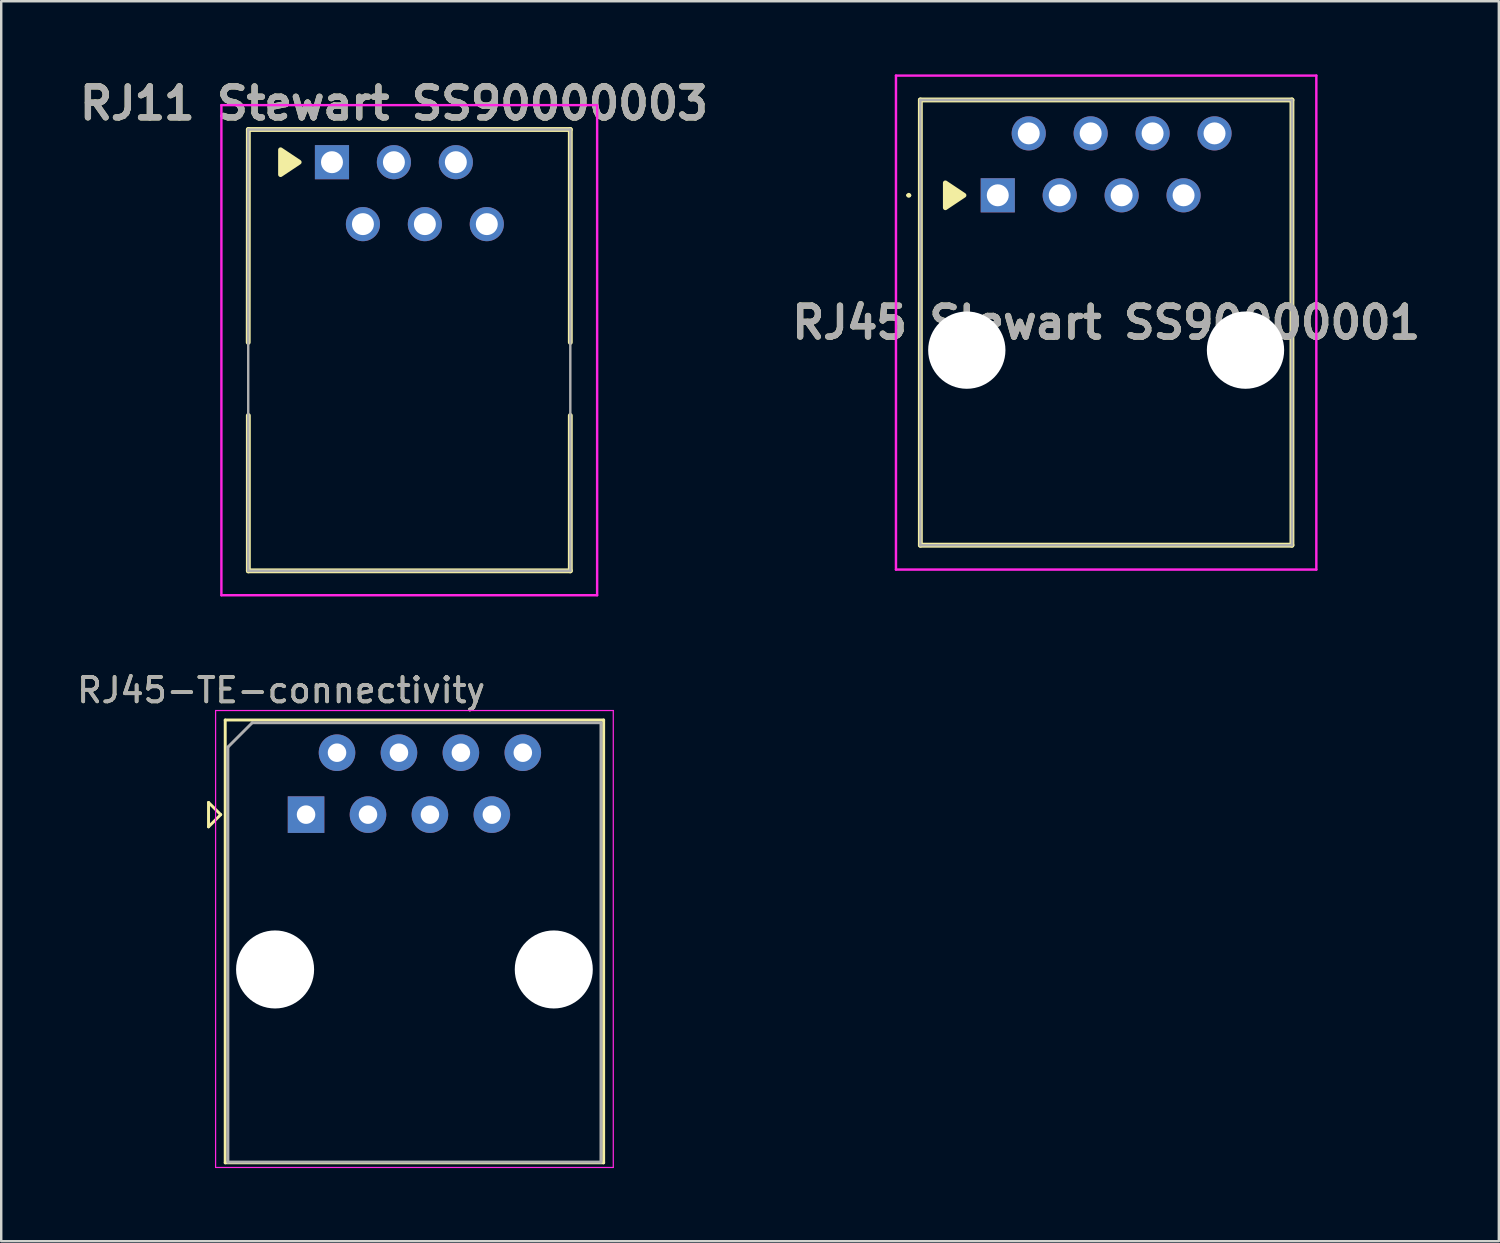
<source format=kicad_pcb>
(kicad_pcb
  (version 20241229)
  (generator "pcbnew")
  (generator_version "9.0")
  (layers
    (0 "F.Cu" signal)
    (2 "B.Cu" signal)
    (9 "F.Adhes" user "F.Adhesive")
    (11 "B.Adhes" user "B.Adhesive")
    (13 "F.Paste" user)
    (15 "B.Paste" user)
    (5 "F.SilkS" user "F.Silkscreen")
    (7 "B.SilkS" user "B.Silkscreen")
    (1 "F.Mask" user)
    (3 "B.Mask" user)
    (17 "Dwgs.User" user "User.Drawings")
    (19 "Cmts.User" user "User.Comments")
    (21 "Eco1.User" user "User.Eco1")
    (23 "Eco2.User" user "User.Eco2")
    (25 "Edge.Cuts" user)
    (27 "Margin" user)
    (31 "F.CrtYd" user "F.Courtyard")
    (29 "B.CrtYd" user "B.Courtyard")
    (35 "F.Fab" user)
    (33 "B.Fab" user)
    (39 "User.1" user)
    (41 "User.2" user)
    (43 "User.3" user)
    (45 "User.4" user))
  (footprint "RJ11 Stewart SS90000003"
    (layer "F.Cu")
    (at 10.565 3.602)
    (property "Reference" "RJ11 Stewart SS90000003" (at 2.54 -2.413 0) (layer "F.SilkS") (effects (font (size 1.27 1.27) (thickness 0.254))))
    (attr through_hole)
    (fp_line (start -3.435 7.39) (end -3.43 -1.34) (stroke (width 0.2) (type solid)) (layer "F.SilkS"))
    (fp_line (start -3.43 -1.34) (end 9.775 -1.34) (stroke (width 0.2) (type solid)) (layer "F.SilkS"))
    (fp_line (start -3.43 10.39) (end -3.43 16.76) (stroke (width 0.2) (type solid)) (layer "F.SilkS"))
    (fp_line (start -3.43 16.76) (end 9.775 16.76) (stroke (width 0.2) (type solid)) (layer "F.SilkS"))
    (fp_line (start 0 -1.9) (end 0 -1.9) (stroke (width 0.1) (type solid)) (layer "F.SilkS"))
    (fp_line (start 0 -1.8) (end 0 -1.8) (stroke (width 0.1) (type solid)) (layer "F.SilkS"))
    (fp_line (start 9.775 -1.34) (end 9.775 7.39) (stroke (width 0.2) (type solid)) (layer "F.SilkS"))
    (fp_line (start 9.775 16.76) (end 9.775 10.39) (stroke (width 0.2) (type solid)) (layer "F.SilkS"))
    (fp_arc (start 0 -1.9) (mid 0.05 -1.85) (end 0 -1.8) (stroke (width 0.1) (type solid)) (layer "F.SilkS"))
    (fp_arc (start 0 -1.8) (mid -0.05 -1.85) (end 0 -1.9) (stroke (width 0.1) (type solid)) (layer "F.SilkS"))
    (fp_poly (pts (xy -1.346 0) (xy -2.108 0.508) (xy -2.108 -0.508)) (stroke (width 0.2) (type solid)) (fill yes) (layer "F.SilkS"))
    (fp_line (start -4.535 -2.34) (end 10.875 -2.34) (stroke (width 0.1) (type solid)) (layer "F.CrtYd"))
    (fp_line (start -4.535 17.76) (end -4.535 -2.34) (stroke (width 0.1) (type solid)) (layer "F.CrtYd"))
    (fp_line (start 10.875 -2.34) (end 10.875 17.76) (stroke (width 0.1) (type solid)) (layer "F.CrtYd"))
    (fp_line (start 10.875 17.76) (end -4.535 17.76) (stroke (width 0.1) (type solid)) (layer "F.CrtYd"))
    (fp_line (start -3.435 -1.34) (end 9.775 -1.34) (stroke (width 0.1) (type solid)) (layer "F.Fab"))
    (fp_line (start -3.435 16.76) (end -3.435 -1.34) (stroke (width 0.1) (type solid)) (layer "F.Fab"))
    (fp_line (start 9.775 -1.34) (end 9.775 16.76) (stroke (width 0.1) (type solid)) (layer "F.Fab"))
    (fp_line (start 9.775 16.76) (end -3.435 16.76) (stroke (width 0.1) (type solid)) (layer "F.Fab"))
    (fp_text user "${REFERENCE}" (at 2.54 -2.413 0) (layer "F.Fab") (effects (font (size 1.27 1.27) (thickness 0.254))))
    (pad "" np_thru_hole circle (at -1.91 8.89) (size 0.001 0.001) (drill 3.25) (layers "*.Cu" "*.Mask"))
    (pad "" np_thru_hole circle (at 8.25 8.89) (size 0.001 0.001) (drill 3.25) (layers "*.Cu" "*.Mask"))
    (pad "1" thru_hole rect (at 0 0) (size 1.4 1.4) (drill 0.9) (layers "*.Cu" "*.Mask"))
    (pad "2" thru_hole circle (at 1.27 2.54) (size 1.4 1.4) (drill 0.9) (layers "*.Cu" "*.Mask"))
    (pad "3" thru_hole circle (at 2.54 0) (size 1.4 1.4) (drill 0.9) (layers "*.Cu" "*.Mask"))
    (pad "4" thru_hole circle (at 3.81 2.54) (size 1.4 1.4) (drill 0.9) (layers "*.Cu" "*.Mask"))
    (pad "5" thru_hole circle (at 5.08 0) (size 1.4 1.4) (drill 0.9) (layers "*.Cu" "*.Mask"))
    (pad "6" thru_hole circle (at 6.35 2.54) (size 1.4 1.4) (drill 0.9) (layers "*.Cu" "*.Mask")))
  (footprint "RJ45 Stewart SS90000001"
    (layer "F.Cu")
    (at 37.871 4.96)
    (property "Reference" "RJ45 Stewart SS90000001" (at 4.445 5.22 0) (layer "F.SilkS") (effects (font (size 1.27 1.27) (thickness 0.254))))
    (attr through_hole)
    (fp_line (start -3.7 0) (end -3.7 0) (stroke (width 0.1) (type solid)) (layer "F.SilkS"))
    (fp_line (start -3.6 0) (end -3.6 0) (stroke (width 0.1) (type solid)) (layer "F.SilkS"))
    (fp_line (start -3.175 -3.91) (end 12.065 -3.91) (stroke (width 0.2) (type solid)) (layer "F.SilkS"))
    (fp_line (start -3.175 14.35) (end -3.175 -3.91) (stroke (width 0.2) (type solid)) (layer "F.SilkS"))
    (fp_line (start 12.065 -3.91) (end 12.065 14.35) (stroke (width 0.2) (type solid)) (layer "F.SilkS"))
    (fp_line (start 12.065 14.35) (end -3.175 14.35) (stroke (width 0.2) (type solid)) (layer "F.SilkS"))
    (fp_arc (start -3.7 0) (mid -3.65 -0.05) (end -3.6 0) (stroke (width 0.1) (type solid)) (layer "F.SilkS"))
    (fp_arc (start -3.6 0) (mid -3.65 0.05) (end -3.7 0) (stroke (width 0.1) (type solid)) (layer "F.SilkS"))
    (fp_poly (pts (xy -1.387 0) (xy -2.149 0.508) (xy -2.149 -0.508)) (stroke (width 0.2) (type solid)) (fill yes) (layer "F.SilkS"))
    (fp_line (start -4.175 -4.91) (end 13.065 -4.91) (stroke (width 0.1) (type solid)) (layer "F.CrtYd"))
    (fp_line (start -4.175 15.35) (end -4.175 -4.91) (stroke (width 0.1) (type solid)) (layer "F.CrtYd"))
    (fp_line (start 13.065 -4.91) (end 13.065 15.35) (stroke (width 0.1) (type solid)) (layer "F.CrtYd"))
    (fp_line (start 13.065 15.35) (end -4.175 15.35) (stroke (width 0.1) (type solid)) (layer "F.CrtYd"))
    (fp_line (start -3.175 -3.91) (end 12.065 -3.91) (stroke (width 0.1) (type solid)) (layer "F.Fab"))
    (fp_line (start -3.175 14.35) (end -3.175 -3.91) (stroke (width 0.1) (type solid)) (layer "F.Fab"))
    (fp_line (start 12.065 -3.91) (end 12.065 14.35) (stroke (width 0.1) (type solid)) (layer "F.Fab"))
    (fp_line (start 12.065 14.35) (end -3.175 14.35) (stroke (width 0.1) (type solid)) (layer "F.Fab"))
    (fp_text user "${REFERENCE}" (at 4.445 5.22 0) (layer "F.Fab") (effects (font (size 1.27 1.27) (thickness 0.254))))
    (pad "" np_thru_hole circle (at -1.27 6.35) (size 3.17 3.17) (drill 3.17) (layers "*.Cu" "*.Mask"))
    (pad "" np_thru_hole circle (at 10.16 6.35) (size 3.17 3.17) (drill 3.17) (layers "*.Cu" "*.Mask"))
    (pad "1" thru_hole rect (at 0 0) (size 1.4 1.4) (drill 0.9) (layers "*.Cu" "*.Mask"))
    (pad "2" thru_hole circle (at 1.27 -2.54) (size 1.4 1.4) (drill 0.9) (layers "*.Cu" "*.Mask"))
    (pad "3" thru_hole circle (at 2.54 0) (size 1.4 1.4) (drill 0.9) (layers "*.Cu" "*.Mask"))
    (pad "4" thru_hole circle (at 3.81 -2.54) (size 1.4 1.4) (drill 0.9) (layers "*.Cu" "*.Mask"))
    (pad "5" thru_hole circle (at 5.08 0) (size 1.4 1.4) (drill 0.9) (layers "*.Cu" "*.Mask"))
    (pad "6" thru_hole circle (at 6.35 -2.54) (size 1.4 1.4) (drill 0.9) (layers "*.Cu" "*.Mask"))
    (pad "7" thru_hole circle (at 7.62 0) (size 1.4 1.4) (drill 0.9) (layers "*.Cu" "*.Mask"))
    (pad "8" thru_hole circle (at 8.89 -2.54) (size 1.4 1.4) (drill 0.9) (layers "*.Cu" "*.Mask")))
  (footprint "RJ45-TE-connectivity"
    (layer "F.Cu")
    (at 9.502 30.36)
    (property "Reference" "RJ45-TE-connectivity" (at -1.02 -5.1 0) (unlocked yes) (layer "F.SilkS") (effects (font (size 1 1) (thickness 0.15))))
    (attr through_hole)
    (fp_line (start -4 -0.5) (end -4 0.5) (stroke (width 0.12) (type solid)) (layer "F.SilkS"))
    (fp_line (start -4 0.5) (end -3.5 0) (stroke (width 0.12) (type solid)) (layer "F.SilkS"))
    (fp_line (start -3.5 0) (end -4 -0.5) (stroke (width 0.12) (type solid)) (layer "F.SilkS"))
    (fp_line (start -3.315 -3.88) (end -3.315 14.28) (stroke (width 0.12) (type solid)) (layer "F.SilkS"))
    (fp_line (start -3.315 14.28) (end 12.205 14.28) (stroke (width 0.12) (type solid)) (layer "F.SilkS"))
    (fp_line (start 12.205 -3.88) (end -3.315 -3.88) (stroke (width 0.12) (type solid)) (layer "F.SilkS"))
    (fp_line (start 12.205 -3.88) (end 12.205 14.28) (stroke (width 0.12) (type solid)) (layer "F.SilkS"))
    (fp_line (start -3.71 -4.27) (end -3.71 14.47) (stroke (width 0.05) (type solid)) (layer "F.CrtYd"))
    (fp_line (start -3.71 -4.27) (end 12.6 -4.27) (stroke (width 0.05) (type solid)) (layer "F.CrtYd"))
    (fp_line (start 12.6 14.47) (end -3.71 14.47) (stroke (width 0.05) (type solid)) (layer "F.CrtYd"))
    (fp_line (start 12.6 14.47) (end 12.6 -4.27) (stroke (width 0.05) (type solid)) (layer "F.CrtYd"))
    (fp_line (start -3.205 -2.77) (end -2.205 -3.77) (stroke (width 0.12) (type solid)) (layer "F.Fab"))
    (fp_line (start -3.205 14.25) (end -3.205 -2.77) (stroke (width 0.12) (type solid)) (layer "F.Fab"))
    (fp_line (start -2.205 -3.77) (end 12.095 -3.77) (stroke (width 0.12) (type solid)) (layer "F.Fab"))
    (fp_line (start 12.095 -3.77) (end 12.095 14.25) (stroke (width 0.12) (type solid)) (layer "F.Fab"))
    (fp_line (start 12.095 14.25) (end -3.205 14.25) (stroke (width 0.12) (type solid)) (layer "F.Fab"))
    (fp_text user "${REFERENCE}" (at -1.02 -5.1 0) (unlocked yes) (layer "F.Fab") (effects (font (size 1 1) (thickness 0.15))))
    (pad "" np_thru_hole circle (at -1.27 6.35) (size 3.2 3.2) (drill 3.2) (layers "*.Cu" "*.Mask"))
    (pad "" np_thru_hole circle (at 10.16 6.35) (size 3.2 3.2) (drill 3.2) (layers "*.Cu" "*.Mask"))
    (pad "1" thru_hole rect (at 0 0) (size 1.5 1.5) (drill 0.76) (layers "*.Cu" "*.Mask"))
    (pad "2" thru_hole circle (at 1.27 -2.54) (size 1.5 1.5) (drill 0.76) (layers "*.Cu" "*.Mask"))
    (pad "3" thru_hole circle (at 2.54 0) (size 1.5 1.5) (drill 0.76) (layers "*.Cu" "*.Mask"))
    (pad "4" thru_hole circle (at 3.81 -2.54) (size 1.5 1.5) (drill 0.76) (layers "*.Cu" "*.Mask"))
    (pad "5" thru_hole circle (at 5.08 0) (size 1.5 1.5) (drill 0.76) (layers "*.Cu" "*.Mask"))
    (pad "6" thru_hole circle (at 6.35 -2.54) (size 1.5 1.5) (drill 0.76) (layers "*.Cu" "*.Mask"))
    (pad "7" thru_hole circle (at 7.62 0) (size 1.5 1.5) (drill 0.76) (layers "*.Cu" "*.Mask"))
    (pad "8" thru_hole circle (at 8.89 -2.54) (size 1.5 1.5) (drill 0.76) (layers "*.Cu" "*.Mask")))
  (gr_rect
    (start -3 -3)
    (end 58.421 47.855)
    (stroke (width 0.1) (type default))
    (fill no)
    (layer "Edge.Cuts")))
</source>
